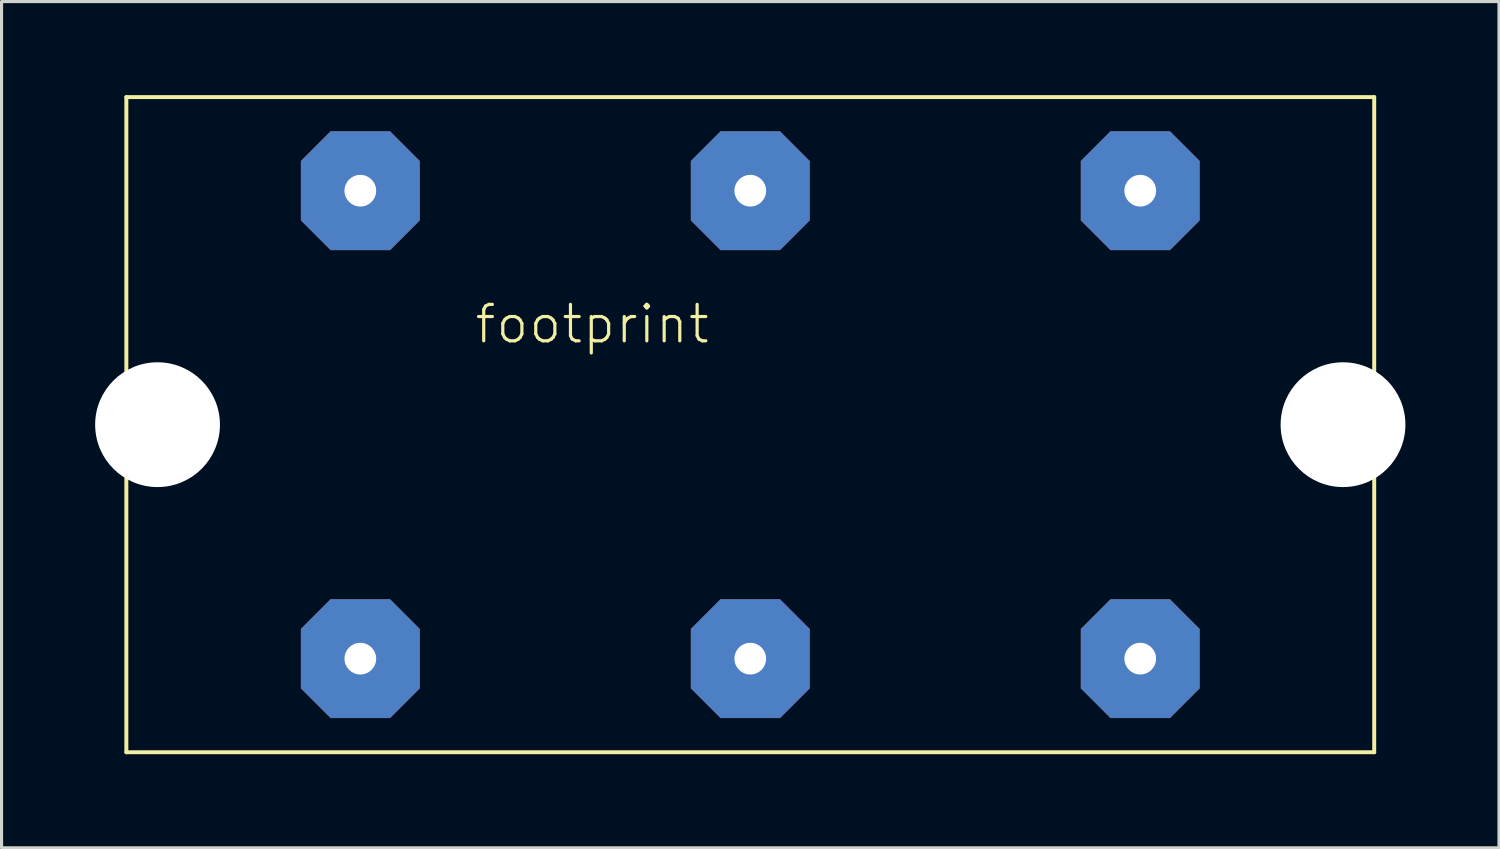
<source format=kicad_pcb>
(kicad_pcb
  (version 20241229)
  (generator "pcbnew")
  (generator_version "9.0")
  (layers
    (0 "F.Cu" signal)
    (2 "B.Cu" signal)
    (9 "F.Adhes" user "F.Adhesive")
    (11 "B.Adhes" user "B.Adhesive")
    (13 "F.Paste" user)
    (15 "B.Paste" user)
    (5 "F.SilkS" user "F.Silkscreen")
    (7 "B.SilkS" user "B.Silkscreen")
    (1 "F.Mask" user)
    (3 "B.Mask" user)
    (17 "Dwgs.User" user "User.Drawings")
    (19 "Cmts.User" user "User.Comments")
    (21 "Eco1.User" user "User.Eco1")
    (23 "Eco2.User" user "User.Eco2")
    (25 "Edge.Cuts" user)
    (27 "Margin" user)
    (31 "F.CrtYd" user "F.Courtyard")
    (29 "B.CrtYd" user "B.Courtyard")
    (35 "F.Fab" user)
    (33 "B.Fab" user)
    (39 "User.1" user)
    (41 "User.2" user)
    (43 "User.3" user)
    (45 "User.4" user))
  (footprint "footprint"
    (layer "F.Cu")
    (at 21 10.563)
    (property "Reference" "footprint" (at -8.89 -2.54 0) (layer "F.SilkS") (effects (font (size 1.168 1.168) (thickness 0.102)) (justify left bottom)))
    (fp_line (start -20 -10.5) (end 20 -10.5) (stroke (width 0.127) (type solid)) (layer "F.SilkS"))
    (fp_line (start -20 10.5) (end -20 -10.5) (stroke (width 0.127) (type solid)) (layer "F.SilkS"))
    (fp_line (start 20 -10.5) (end 20 10.5) (stroke (width 0.127) (type solid)) (layer "F.SilkS"))
    (fp_line (start 20 10.5) (end -20 10.5) (stroke (width 0.127) (type solid)) (layer "F.SilkS"))
    (pad "" np_thru_hole circle (at -19 0) (size 4 4) (drill 4) (layers "*.Cu" "*.Mask"))
    (pad "" np_thru_hole circle (at 19 0) (size 4 4) (drill 4) (layers "*.Cu" "*.Mask"))
    (pad "1" thru_hole roundrect (at 12.5 -7.5) (size 3.81 3.81) (drill 1.016) (layers "*.Cu" "*.Mask") (roundrect_rratio 0.25) (chamfer_ratio 0.25) (chamfer top_left top_right bottom_left bottom_right))
    (pad "2" thru_hole roundrect (at 12.5 7.5) (size 3.81 3.81) (drill 1.016) (layers "*.Cu" "*.Mask") (roundrect_rratio 0.25) (chamfer_ratio 0.25) (chamfer top_left top_right bottom_left bottom_right))
    (pad "3" thru_hole roundrect (at -12.5 -7.5) (size 3.81 3.81) (drill 1.016) (layers "*.Cu" "*.Mask") (roundrect_rratio 0.25) (chamfer_ratio 0.25) (chamfer top_left top_right bottom_left bottom_right))
    (pad "4" thru_hole roundrect (at -12.5 7.5) (size 3.81 3.81) (drill 1.016) (layers "*.Cu" "*.Mask") (roundrect_rratio 0.25) (chamfer_ratio 0.25) (chamfer top_left top_right bottom_left bottom_right))
    (pad "5" thru_hole roundrect (at 0 -7.5) (size 3.81 3.81) (drill 1.016) (layers "*.Cu" "*.Mask") (roundrect_rratio 0.25) (chamfer_ratio 0.25) (chamfer top_left top_right bottom_left bottom_right))
    (pad "6" thru_hole roundrect (at 0 7.5) (size 3.81 3.81) (drill 1.016) (layers "*.Cu" "*.Mask") (roundrect_rratio 0.25) (chamfer_ratio 0.25) (chamfer top_left top_right bottom_left bottom_right)))
  (gr_rect
    (start -3 -3)
    (end 45 24.127)
    (stroke (width 0.1) (type default))
    (fill no)
    (layer "Edge.Cuts")))
</source>
